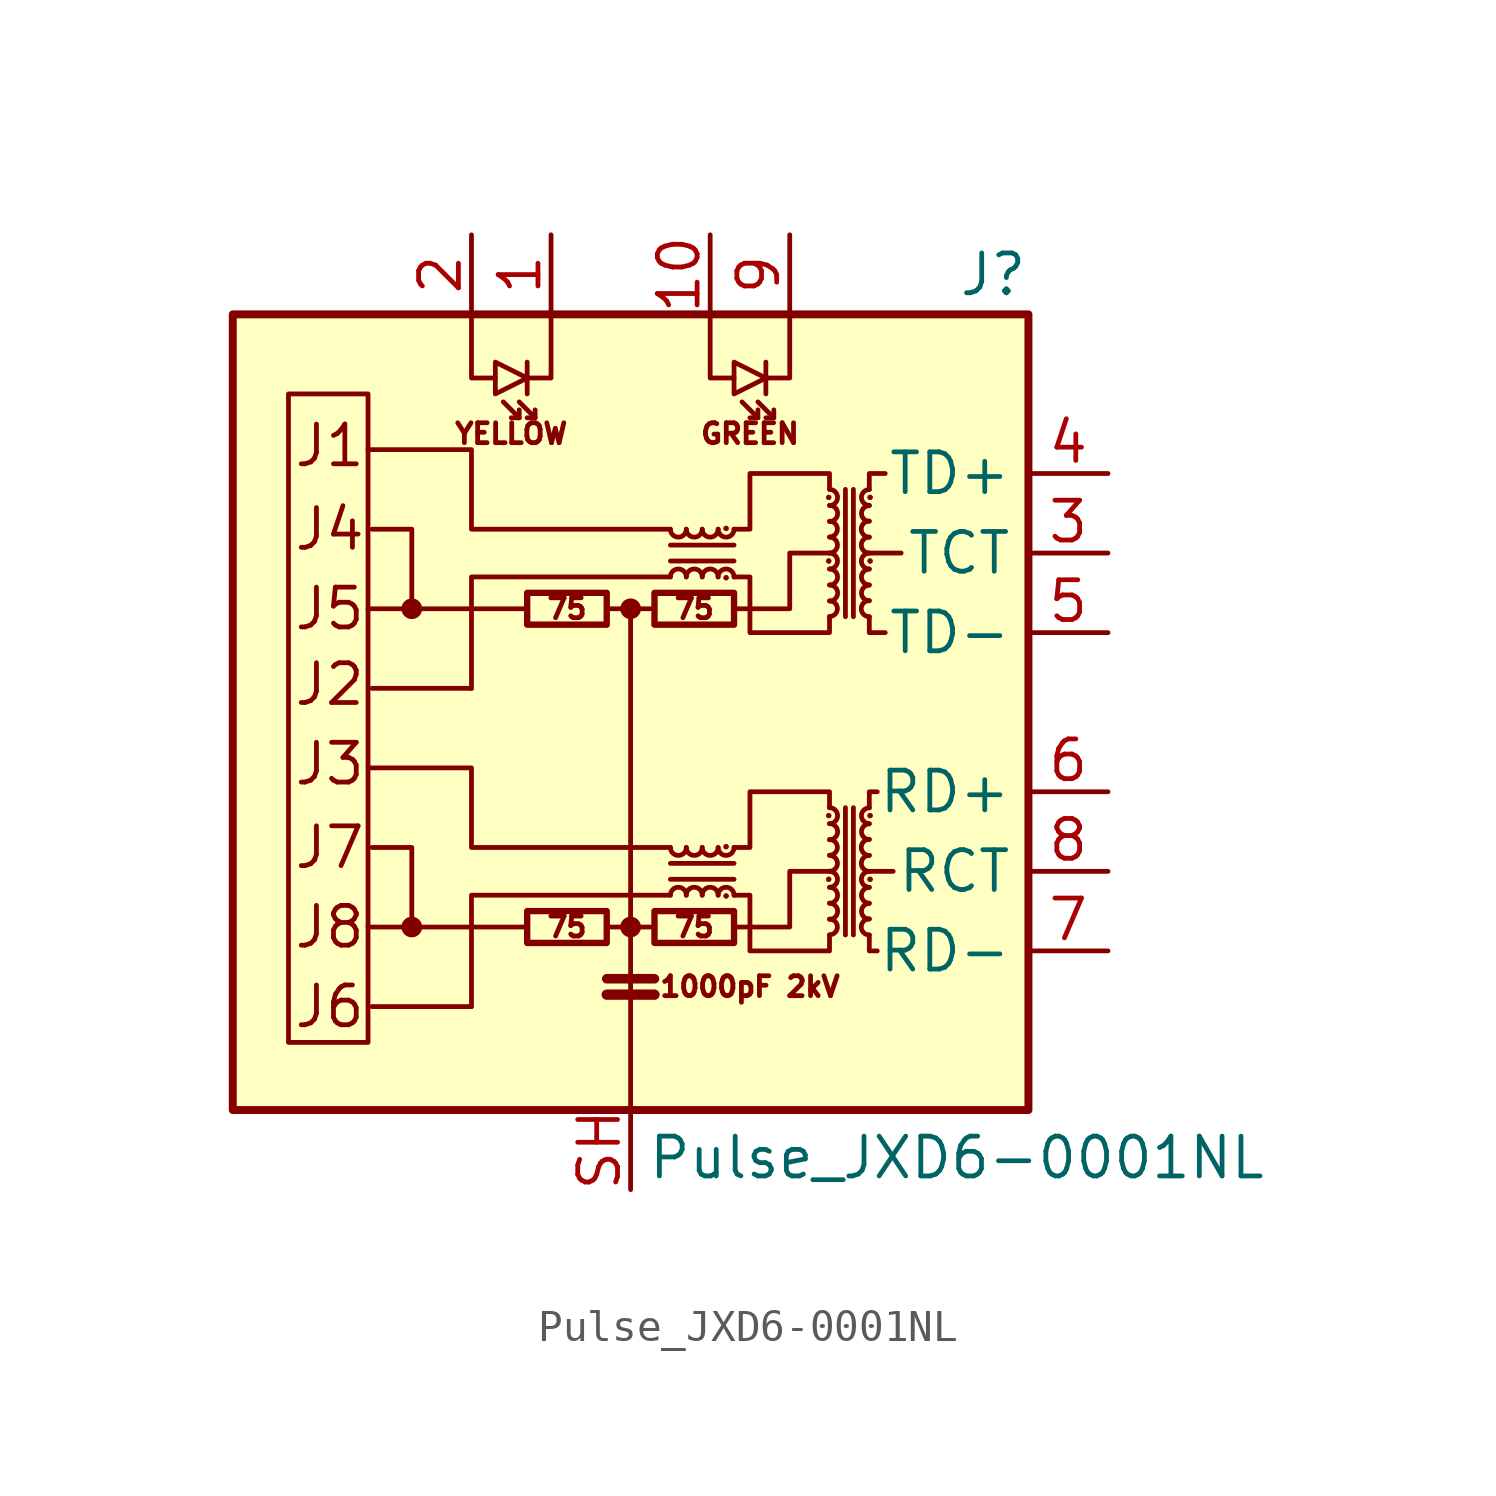
<source format=kicad_sym>
(kicad_symbol_lib
  (version 20201005)
  (generator kicad_symbol_editor)
  (symbol "Pulse_JXD6-0001NL"
    (property "Reference" "J"
      (at 12.7 13.97 0)
      (effects (font (size 1.27 1.27)) (justify right)))
    (property "Value" "Pulse_JXD6-0001NL"
      (at 10.414 -14.224 0)
      (effects (font (size 1.27 1.27))))
    (symbol "Pulse_JXD6-0001NL_0_0"
      (text "1000pF 2kV" (at 3.81 -8.763 0) (effects (font (size 0.635 0.635))))
      (text "75" (at -2.032 -6.858 0) (effects (font (size 0.635 0.635))))
      (text "75" (at -2.032 3.302 0) (effects (font (size 0.635 0.635))))
      (text "75" (at 2.032 -6.858 0) (effects (font (size 0.635 0.635))))
      (text "75" (at 2.032 3.302 0) (effects (font (size 0.635 0.635))))
      (text "GREEN" (at 3.81 8.89 0) (effects (font (size 0.635 0.635))))
      (text "J1" (at -10.795 8.509 0) (effects (font (size 1.27 1.27)) (justify left)))
      (text "J2" (at -10.795 0.889 0) (effects (font (size 1.27 1.27)) (justify left)))
      (text "J3" (at -10.795 -1.651 0) (effects (font (size 1.27 1.27)) (justify left)))
      (text "J4" (at -10.795 5.842 0) (effects (font (size 1.27 1.27)) (justify left)))
      (text "J5" (at -10.795 3.302 0) (effects (font (size 1.27 1.27)) (justify left)))
      (text "J6" (at -10.795 -9.398 0) (effects (font (size 1.27 1.27)) (justify left)))
      (text "J7" (at -10.795 -4.318 0) (effects (font (size 1.27 1.27)) (justify left)))
      (text "J8" (at -10.795 -6.858 0) (effects (font (size 1.27 1.27)) (justify left)))
      (text "YELLOW" (at -3.81 8.89 0) (effects (font (size 0.635 0.635))))
      (rectangle (start -12.7 12.7) (end 12.7 -12.7) (stroke (width 0.254)) (fill (type background)))
      (polyline (pts (xy -3.302 -6.858) (xy -8.382 -6.858)) (stroke (width 0)) (fill (type none)))
      (polyline (pts (xy -3.302 3.302) (xy -8.382 3.302)) (stroke (width 0)) (fill (type none)))
      (polyline (pts (xy 8.382 -5.08) (xy 7.62 -5.08)) (stroke (width 0)) (fill (type none)))
      (polyline (pts (xy 8.636 5.08) (xy 7.62 5.08)) (stroke (width 0)) (fill (type none)))
      (polyline (pts (xy 1.27 -4.318) (xy -5.08 -4.318) (xy -5.08 -1.778) (xy -8.382 -1.778)) (stroke (width 0)) (fill (type none)))
      (polyline (pts (xy 1.27 5.842) (xy -5.08 5.842) (xy -5.08 8.382) (xy -8.382 8.382)) (stroke (width 0)) (fill (type none)))
      (polyline (pts (xy 3.302 -6.858) (xy 5.08 -6.858) (xy 5.08 -5.08) (xy 6.35 -5.08)) (stroke (width 0)) (fill (type none)))
      (polyline (pts (xy 3.302 3.302) (xy 5.08 3.302) (xy 5.08 5.08) (xy 6.35 5.08)) (stroke (width 0)) (fill (type none))))
    (symbol "Pulse_JXD6-0001NL_0_1"
      (arc (start 1.778 -5.842) (end 1.27 -5.842) (radius (at 1.524 -5.842) (length 0.254) (angles 0.1 179.9)) (stroke (width 0)) (fill (type none)))
      (arc (start 1.27 -4.318) (end 1.778 -4.318) (radius (at 1.524 -4.318) (length 0.254) (angles -179.9 -0.1)) (stroke (width 0)) (fill (type none)))
      (arc (start 1.778 4.318) (end 1.27 4.318) (radius (at 1.524 4.318) (length 0.254) (angles 0.1 179.9)) (stroke (width 0)) (fill (type none)))
      (arc (start 1.27 5.842) (end 1.778 5.842) (radius (at 1.524 5.842) (length 0.254) (angles -179.9 -0.1)) (stroke (width 0)) (fill (type none)))
      (arc (start 2.286 -5.842) (end 1.778 -5.842) (radius (at 2.032 -5.842) (length 0.254) (angles 0.1 179.9)) (stroke (width 0)) (fill (type none)))
      (arc (start 1.778 -4.318) (end 2.286 -4.318) (radius (at 2.032 -4.318) (length 0.254) (angles -179.9 -0.1)) (stroke (width 0)) (fill (type none)))
      (arc (start 2.286 4.318) (end 1.778 4.318) (radius (at 2.032 4.318) (length 0.254) (angles 0.1 179.9)) (stroke (width 0)) (fill (type none)))
      (arc (start 1.778 5.842) (end 2.286 5.842) (radius (at 2.032 5.842) (length 0.254) (angles -179.9 -0.1)) (stroke (width 0)) (fill (type none)))
      (arc (start 2.794 -5.842) (end 2.286 -5.842) (radius (at 2.54 -5.842) (length 0.254) (angles 0.1 179.9)) (stroke (width 0)) (fill (type none)))
      (arc (start 2.286 -4.318) (end 2.794 -4.318) (radius (at 2.54 -4.318) (length 0.254) (angles -179.9 -0.1)) (stroke (width 0)) (fill (type none)))
      (arc (start 2.794 4.318) (end 2.286 4.318) (radius (at 2.54 4.318) (length 0.254) (angles 0.1 179.9)) (stroke (width 0)) (fill (type none)))
      (arc (start 2.286 5.842) (end 2.794 5.842) (radius (at 2.54 5.842) (length 0.254) (angles -179.9 -0.1)) (stroke (width 0)) (fill (type none)))
      (arc (start 3.302 -5.842) (end 2.794 -5.842) (radius (at 3.048 -5.842) (length 0.254) (angles 0.1 179.9)) (stroke (width 0)) (fill (type none)))
      (arc (start 2.794 -4.318) (end 3.302 -4.318) (radius (at 3.048 -4.318) (length 0.254) (angles -179.9 -0.1)) (stroke (width 0)) (fill (type none)))
      (arc (start 3.302 4.318) (end 2.794 4.318) (radius (at 3.048 4.318) (length 0.254) (angles 0.1 179.9)) (stroke (width 0)) (fill (type none)))
      (arc (start 2.794 5.842) (end 3.302 5.842) (radius (at 3.048 5.842) (length 0.254) (angles -179.9 -0.1)) (stroke (width 0)) (fill (type none)))
      (arc (start 6.35 -7.112) (end 6.35 -6.604) (radius (at 6.35 -6.858) (length 0.254) (angles -89.9 89.9)) (stroke (width 0)) (fill (type none)))
      (arc (start 6.35 -6.604) (end 6.35 -6.096) (radius (at 6.35 -6.35) (length 0.254) (angles -89.9 89.9)) (stroke (width 0)) (fill (type none)))
      (arc (start 6.35 -6.096) (end 6.35 -5.588) (radius (at 6.35 -5.842) (length 0.254) (angles -89.9 89.9)) (stroke (width 0)) (fill (type none)))
      (arc (start 6.35 -5.588) (end 6.35 -5.08) (radius (at 6.35 -5.334) (length 0.254) (angles -89.9 89.9)) (stroke (width 0)) (fill (type none)))
      (arc (start 6.35 -5.08) (end 6.35 -4.572) (radius (at 6.35 -4.826) (length 0.254) (angles -89.9 89.9)) (stroke (width 0)) (fill (type none)))
      (arc (start 6.35 -4.572) (end 6.35 -4.064) (radius (at 6.35 -4.318) (length 0.254) (angles -89.9 89.9)) (stroke (width 0)) (fill (type none)))
      (arc (start 6.35 -4.064) (end 6.35 -3.556) (radius (at 6.35 -3.81) (length 0.254) (angles -89.9 89.9)) (stroke (width 0)) (fill (type none)))
      (arc (start 6.35 -3.556) (end 6.35 -3.048) (radius (at 6.35 -3.302) (length 0.254) (angles -89.9 89.9)) (stroke (width 0)) (fill (type none)))
      (arc (start 6.35 3.048) (end 6.35 3.556) (radius (at 6.35 3.302) (length 0.254) (angles -89.9 89.9)) (stroke (width 0)) (fill (type none)))
      (arc (start 6.35 3.556) (end 6.35 4.064) (radius (at 6.35 3.81) (length 0.254) (angles -89.9 89.9)) (stroke (width 0)) (fill (type none)))
      (arc (start 6.35 4.064) (end 6.35 4.572) (radius (at 6.35 4.318) (length 0.254) (angles -89.9 89.9)) (stroke (width 0)) (fill (type none)))
      (arc (start 6.35 4.572) (end 6.35 5.08) (radius (at 6.35 4.826) (length 0.254) (angles -89.9 89.9)) (stroke (width 0)) (fill (type none)))
      (arc (start 6.35 5.08) (end 6.35 5.588) (radius (at 6.35 5.334) (length 0.254) (angles -89.9 89.9)) (stroke (width 0)) (fill (type none)))
      (arc (start 6.35 5.588) (end 6.35 6.096) (radius (at 6.35 5.842) (length 0.254) (angles -89.9 89.9)) (stroke (width 0)) (fill (type none)))
      (arc (start 6.35 6.096) (end 6.35 6.604) (radius (at 6.35 6.35) (length 0.254) (angles -89.9 89.9)) (stroke (width 0)) (fill (type none)))
      (arc (start 6.35 6.604) (end 6.35 7.112) (radius (at 6.35 6.858) (length 0.254) (angles -89.9 89.9)) (stroke (width 0)) (fill (type none)))
      (arc (start 7.62 -6.604) (end 7.62 -7.112) (radius (at 7.62 -6.858) (length 0.254) (angles 90.1 -90.1)) (stroke (width 0)) (fill (type none)))
      (arc (start 7.62 -6.096) (end 7.62 -6.604) (radius (at 7.62 -6.35) (length 0.254) (angles 90.1 -90.1)) (stroke (width 0)) (fill (type none)))
      (arc (start 7.62 -5.588) (end 7.62 -6.096) (radius (at 7.62 -5.842) (length 0.254) (angles 90.1 -90.1)) (stroke (width 0)) (fill (type none)))
      (arc (start 7.62 -5.08) (end 7.62 -5.588) (radius (at 7.62 -5.334) (length 0.254) (angles 90.1 -90.1)) (stroke (width 0)) (fill (type none)))
      (arc (start 7.62 -4.572) (end 7.62 -5.08) (radius (at 7.62 -4.826) (length 0.254) (angles 90.1 -90.1)) (stroke (width 0)) (fill (type none)))
      (arc (start 7.62 -4.064) (end 7.62 -4.572) (radius (at 7.62 -4.318) (length 0.254) (angles 90.1 -90.1)) (stroke (width 0)) (fill (type none)))
      (arc (start 7.62 -3.556) (end 7.62 -4.064) (radius (at 7.62 -3.81) (length 0.254) (angles 90.1 -90.1)) (stroke (width 0)) (fill (type none)))
      (arc (start 7.62 -3.048) (end 7.62 -3.556) (radius (at 7.62 -3.302) (length 0.254) (angles 90.1 -90.1)) (stroke (width 0)) (fill (type none)))
      (arc (start 7.62 3.556) (end 7.62 3.048) (radius (at 7.62 3.302) (length 0.254) (angles 90.1 -90.1)) (stroke (width 0)) (fill (type none)))
      (arc (start 7.62 4.064) (end 7.62 3.556) (radius (at 7.62 3.81) (length 0.254) (angles 90.1 -90.1)) (stroke (width 0)) (fill (type none)))
      (arc (start 7.62 4.572) (end 7.62 4.064) (radius (at 7.62 4.318) (length 0.254) (angles 90.1 -90.1)) (stroke (width 0)) (fill (type none)))
      (arc (start 7.62 5.08) (end 7.62 4.572) (radius (at 7.62 4.826) (length 0.254) (angles 90.1 -90.1)) (stroke (width 0)) (fill (type none)))
      (arc (start 7.62 5.588) (end 7.62 5.08) (radius (at 7.62 5.334) (length 0.254) (angles 90.1 -90.1)) (stroke (width 0)) (fill (type none)))
      (arc (start 7.62 6.096) (end 7.62 5.588) (radius (at 7.62 5.842) (length 0.254) (angles 90.1 -90.1)) (stroke (width 0)) (fill (type none)))
      (arc (start 7.62 6.604) (end 7.62 6.096) (radius (at 7.62 6.35) (length 0.254) (angles 90.1 -90.1)) (stroke (width 0)) (fill (type none)))
      (arc (start 7.62 7.112) (end 7.62 6.604) (radius (at 7.62 6.858) (length 0.254) (angles 90.1 -90.1)) (stroke (width 0)) (fill (type none)))
      (circle (center -6.985 -6.858) (radius 0.254) (stroke (width 0)) (fill (type outline)))
      (circle (center -6.985 3.302) (radius 0.254) (stroke (width 0)) (fill (type outline)))
      (circle (center 0 -6.858) (radius 0.254) (stroke (width 0)) (fill (type outline)))
      (circle (center 0 3.302) (radius 0.254) (stroke (width 0)) (fill (type outline)))
      (circle (center 3.048 -5.867) (radius 0.076) (stroke (width 0.025)) (fill (type outline)))
      (circle (center 3.048 -4.293) (radius 0.076) (stroke (width 0.025)) (fill (type outline)))
      (circle (center 3.048 4.293) (radius 0.076) (stroke (width 0.025)) (fill (type outline)))
      (circle (center 3.048 5.867) (radius 0.076) (stroke (width 0.025)) (fill (type outline)))
      (circle (center 6.325 -5.334) (radius 0.076) (stroke (width 0.025)) (fill (type outline)))
      (circle (center 6.325 -3.302) (radius 0.076) (stroke (width 0.025)) (fill (type outline)))
      (circle (center 6.325 4.826) (radius 0.076) (stroke (width 0.025)) (fill (type outline)))
      (circle (center 6.325 6.858) (radius 0.076) (stroke (width 0.025)) (fill (type outline)))
      (circle (center 7.645 -5.334) (radius 0.076) (stroke (width 0.025)) (fill (type outline)))
      (circle (center 7.645 -3.302) (radius 0.076) (stroke (width 0.025)) (fill (type outline)))
      (circle (center 7.645 4.826) (radius 0.076) (stroke (width 0.025)) (fill (type outline)))
      (circle (center 7.645 6.858) (radius 0.076) (stroke (width 0.025)) (fill (type outline)))
      (rectangle (start -8.382 -10.541) (end -10.922 10.16) (stroke (width 0)) (fill (type none)))
      (rectangle (start -3.302 -7.366) (end -0.762 -6.35) (stroke (width 0.203)) (fill (type none)))
      (rectangle (start -3.302 2.794) (end -0.762 3.81) (stroke (width 0.203)) (fill (type none)))
      (rectangle (start 0.762 -7.366) (end 3.302 -6.35) (stroke (width 0.203)) (fill (type none)))
      (rectangle (start 0.762 2.794) (end 3.302 3.81) (stroke (width 0.203)) (fill (type none)))
      (polyline (pts (xy -5.08 -9.398) (xy -8.255 -9.398)) (stroke (width 0)) (fill (type none)))
      (polyline (pts (xy -5.08 0.762) (xy -8.255 0.762)) (stroke (width 0)) (fill (type none)))
      (polyline (pts (xy -3.556 9.398) (xy -4.064 9.906)) (stroke (width 0)) (fill (type none)))
      (polyline (pts (xy -3.302 11.176) (xy -3.302 10.16)) (stroke (width 0)) (fill (type none)))
      (polyline (pts (xy -3.048 9.398) (xy -3.556 9.906)) (stroke (width 0)) (fill (type none)))
      (polyline (pts (xy -0.762 -9.017) (xy 0.762 -9.017)) (stroke (width 0.33)) (fill (type none)))
      (polyline (pts (xy -0.762 -8.509) (xy 0.762 -8.509)) (stroke (width 0.305)) (fill (type none)))
      (polyline (pts (xy 0 3.302) (xy -0.762 3.302)) (stroke (width 0)) (fill (type none)))
      (polyline (pts (xy 0.762 -6.858) (xy -0.762 -6.858)) (stroke (width 0)) (fill (type none)))
      (polyline (pts (xy 1.27 -5.334) (xy 3.302 -5.334)) (stroke (width 0)) (fill (type none)))
      (polyline (pts (xy 1.27 4.826) (xy 3.302 4.826)) (stroke (width 0)) (fill (type none)))
      (polyline (pts (xy 3.302 -4.826) (xy 1.27 -4.826)) (stroke (width 0)) (fill (type none)))
      (polyline (pts (xy 3.302 5.334) (xy 1.27 5.334)) (stroke (width 0)) (fill (type none)))
      (polyline (pts (xy 4.064 9.398) (xy 3.556 9.906)) (stroke (width 0)) (fill (type none)))
      (polyline (pts (xy 4.318 11.176) (xy 4.318 10.16)) (stroke (width 0)) (fill (type none)))
      (polyline (pts (xy 4.572 9.398) (xy 4.064 9.906)) (stroke (width 0)) (fill (type none)))
      (polyline (pts (xy 6.858 -3.048) (xy 6.858 -7.112)) (stroke (width 0)) (fill (type none)))
      (polyline (pts (xy 6.858 7.112) (xy 6.858 3.048)) (stroke (width 0)) (fill (type none)))
      (polyline (pts (xy 7.112 -7.112) (xy 7.112 -3.048)) (stroke (width 0)) (fill (type none)))
      (polyline (pts (xy 7.112 3.048) (xy 7.112 7.112)) (stroke (width 0)) (fill (type none)))
      (polyline (pts (xy -6.985 -6.858) (xy -6.985 -4.318) (xy -8.255 -4.318)) (stroke (width 0)) (fill (type none)))
      (polyline (pts (xy -6.985 3.302) (xy -6.985 5.842) (xy -8.255 5.842)) (stroke (width 0)) (fill (type none)))
      (polyline (pts (xy -5.08 12.7) (xy -5.08 10.668) (xy -4.318 10.668)) (stroke (width 0)) (fill (type none)))
      (polyline (pts (xy -3.556 9.652) (xy -3.556 9.398) (xy -3.81 9.398)) (stroke (width 0)) (fill (type none)))
      (polyline (pts (xy -3.048 9.652) (xy -3.048 9.398) (xy -3.302 9.398)) (stroke (width 0)) (fill (type none)))
      (polyline (pts (xy -2.54 12.7) (xy -2.54 10.668) (xy -3.302 10.668)) (stroke (width 0)) (fill (type none)))
      (polyline (pts (xy 0 -12.7) (xy 0 3.302) (xy 0.635 3.302)) (stroke (width 0)) (fill (type none)))
      (polyline (pts (xy 1.27 -5.842) (xy -5.08 -5.842) (xy -5.08 -9.398)) (stroke (width 0)) (fill (type none)))
      (polyline (pts (xy 1.27 4.318) (xy -5.08 4.318) (xy -5.08 0.762)) (stroke (width 0)) (fill (type none)))
      (polyline (pts (xy 2.54 12.7) (xy 2.54 10.668) (xy 3.302 10.668)) (stroke (width 0)) (fill (type none)))
      (polyline (pts (xy 4.064 9.652) (xy 4.064 9.398) (xy 3.81 9.398)) (stroke (width 0)) (fill (type none)))
      (polyline (pts (xy 4.572 9.652) (xy 4.572 9.398) (xy 4.318 9.398)) (stroke (width 0)) (fill (type none)))
      (polyline (pts (xy 5.08 12.7) (xy 5.08 10.668) (xy 4.318 10.668)) (stroke (width 0)) (fill (type none)))
      (polyline (pts (xy 7.62 -7.112) (xy 7.62 -7.62) (xy 7.874 -7.62)) (stroke (width 0)) (fill (type none)))
      (polyline (pts (xy 7.62 -3.048) (xy 7.62 -2.54) (xy 7.874 -2.54)) (stroke (width 0)) (fill (type none)))
      (polyline (pts (xy 7.62 3.048) (xy 7.62 2.54) (xy 8.128 2.54)) (stroke (width 0)) (fill (type none)))
      (polyline (pts (xy 7.62 7.112) (xy 7.62 7.62) (xy 8.128 7.62)) (stroke (width 0)) (fill (type none)))
      (polyline (pts (xy -3.302 10.668) (xy -4.318 11.176) (xy -4.318 10.16) (xy -3.302 10.668)) (stroke (width 0)) (fill (type none)))
      (polyline (pts (xy 4.318 10.668) (xy 3.302 11.176) (xy 3.302 10.16) (xy 4.318 10.668)) (stroke (width 0)) (fill (type none)))
      (polyline (pts (xy 3.302 -4.318) (xy 3.81 -4.318) (xy 3.81 -2.54) (xy 6.35 -2.54) (xy 6.35 -3.048)) (stroke (width 0)) (fill (type none)))
      (polyline (pts (xy 3.302 5.842) (xy 3.81 5.842) (xy 3.81 7.62) (xy 6.35 7.62) (xy 6.35 7.112)) (stroke (width 0)) (fill (type none)))
      (polyline (pts (xy 6.35 -7.112) (xy 6.35 -7.62) (xy 3.81 -7.62) (xy 3.81 -5.842) (xy 3.302 -5.842)) (stroke (width 0)) (fill (type none)))
      (polyline (pts (xy 6.35 3.048) (xy 6.35 2.54) (xy 3.81 2.54) (xy 3.81 4.318) (xy 3.302 4.318)) (stroke (width 0)) (fill (type none))))
    (symbol "Pulse_JXD6-0001NL_1_1"
      (pin passive line (at -2.54 15.24 270) (length 2.54) (name "~" (effects (font (size 1.27 1.27)))) (number "1" (effects (font (size 1.27 1.27)))))
      (pin passive line (at 2.54 15.24 270) (length 2.54) (name "~" (effects (font (size 1.27 1.27)))) (number "10" (effects (font (size 1.27 1.27)))))
      (pin passive line (at -5.08 15.24 270) (length 2.54) (name "~" (effects (font (size 1.27 1.27)))) (number "2" (effects (font (size 1.27 1.27)))))
      (pin passive line (at 15.24 5.08 180) (length 2.54) (name "TCT" (effects (font (size 1.27 1.27)))) (number "3" (effects (font (size 1.27 1.27)))))
      (pin passive line (at 15.24 7.62 180) (length 2.54) (name "TD+" (effects (font (size 1.27 1.27)))) (number "4" (effects (font (size 1.27 1.27)))))
      (pin passive line (at 15.24 2.54 180) (length 2.54) (name "TD-" (effects (font (size 1.27 1.27)))) (number "5" (effects (font (size 1.27 1.27)))))
      (pin passive line (at 15.24 -2.54 180) (length 2.54) (name "RD+" (effects (font (size 1.27 1.27)))) (number "6" (effects (font (size 1.27 1.27)))))
      (pin passive line (at 15.24 -7.62 180) (length 2.54) (name "RD-" (effects (font (size 1.27 1.27)))) (number "7" (effects (font (size 1.27 1.27)))))
      (pin passive line (at 15.24 -5.08 180) (length 2.54) (name "RCT" (effects (font (size 1.27 1.27)))) (number "8" (effects (font (size 1.27 1.27)))))
      (pin passive line (at 5.08 15.24 270) (length 2.54) (name "~" (effects (font (size 1.27 1.27)))) (number "9" (effects (font (size 1.27 1.27)))))
      (pin passive line (at 0 -15.24 90) (length 2.54) (name "~" (effects (font (size 1.27 1.27)))) (number "SH" (effects (font (size 1.27 1.27))))))))
</source>
